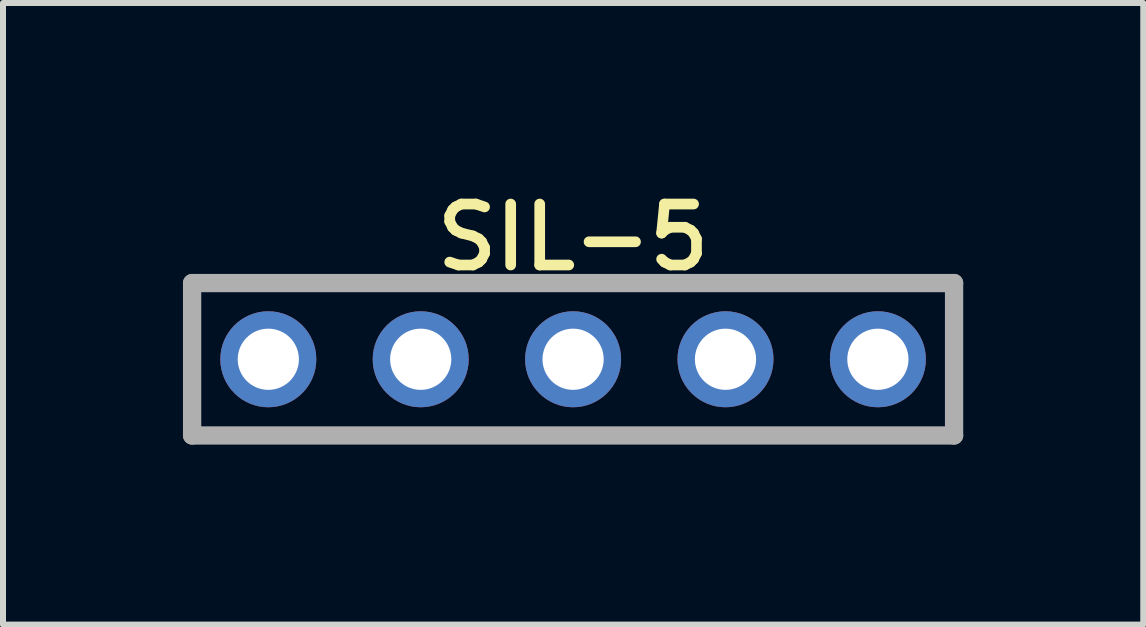
<source format=kicad_pcb>
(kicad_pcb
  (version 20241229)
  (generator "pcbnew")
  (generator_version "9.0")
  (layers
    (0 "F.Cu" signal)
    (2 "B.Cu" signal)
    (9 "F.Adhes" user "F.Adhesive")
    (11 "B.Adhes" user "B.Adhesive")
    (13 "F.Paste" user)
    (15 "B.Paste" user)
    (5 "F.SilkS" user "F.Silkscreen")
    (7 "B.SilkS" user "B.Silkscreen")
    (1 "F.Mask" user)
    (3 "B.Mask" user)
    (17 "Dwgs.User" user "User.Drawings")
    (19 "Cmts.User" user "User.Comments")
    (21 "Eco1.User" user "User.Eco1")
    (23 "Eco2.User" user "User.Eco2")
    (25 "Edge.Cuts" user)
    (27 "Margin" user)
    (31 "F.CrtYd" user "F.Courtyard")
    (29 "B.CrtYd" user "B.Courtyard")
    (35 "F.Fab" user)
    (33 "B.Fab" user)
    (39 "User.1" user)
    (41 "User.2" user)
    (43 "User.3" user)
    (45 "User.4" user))
  (footprint "SIL-5"
    (layer "F.Cu")
    (at 6.502 2.938)
    (property "Reference" "SIL-5" (at 0 -2.032 0) (layer "F.SilkS") (effects (font (size 1.016 1.016) (thickness 0.178))))
    (attr through_hole)
    (fp_line (start -6.35 -1.27) (end 6.35 -1.27) (stroke (width 0.305) (type solid)) (layer "F.Fab"))
    (fp_line (start -6.35 1.27) (end -6.35 -1.27) (stroke (width 0.305) (type solid)) (layer "F.Fab"))
    (fp_line (start 6.35 -1.27) (end 6.35 1.27) (stroke (width 0.305) (type solid)) (layer "F.Fab"))
    (fp_line (start 6.35 1.27) (end -6.35 1.27) (stroke (width 0.305) (type solid)) (layer "F.Fab"))
    (pad "1" thru_hole circle (at -5.08 0) (size 1.6 1.6) (drill 1.02) (layers "*.Cu" "*.Mask"))
    (pad "2" thru_hole circle (at -2.54 0) (size 1.6 1.6) (drill 1.02) (layers "*.Cu" "*.Mask"))
    (pad "3" thru_hole circle (at 0 0) (size 1.6 1.6) (drill 1.02) (layers "*.Cu" "*.Mask"))
    (pad "4" thru_hole circle (at 2.54 0) (size 1.6 1.6) (drill 1.02) (layers "*.Cu" "*.Mask"))
    (pad "5" thru_hole circle (at 5.08 0) (size 1.6 1.6) (drill 1.02) (layers "*.Cu" "*.Mask")))
  (gr_rect
    (start -3 -3)
    (end 16.005 7.361)
    (stroke (width 0.1) (type default))
    (fill no)
    (layer "Edge.Cuts")))
</source>
